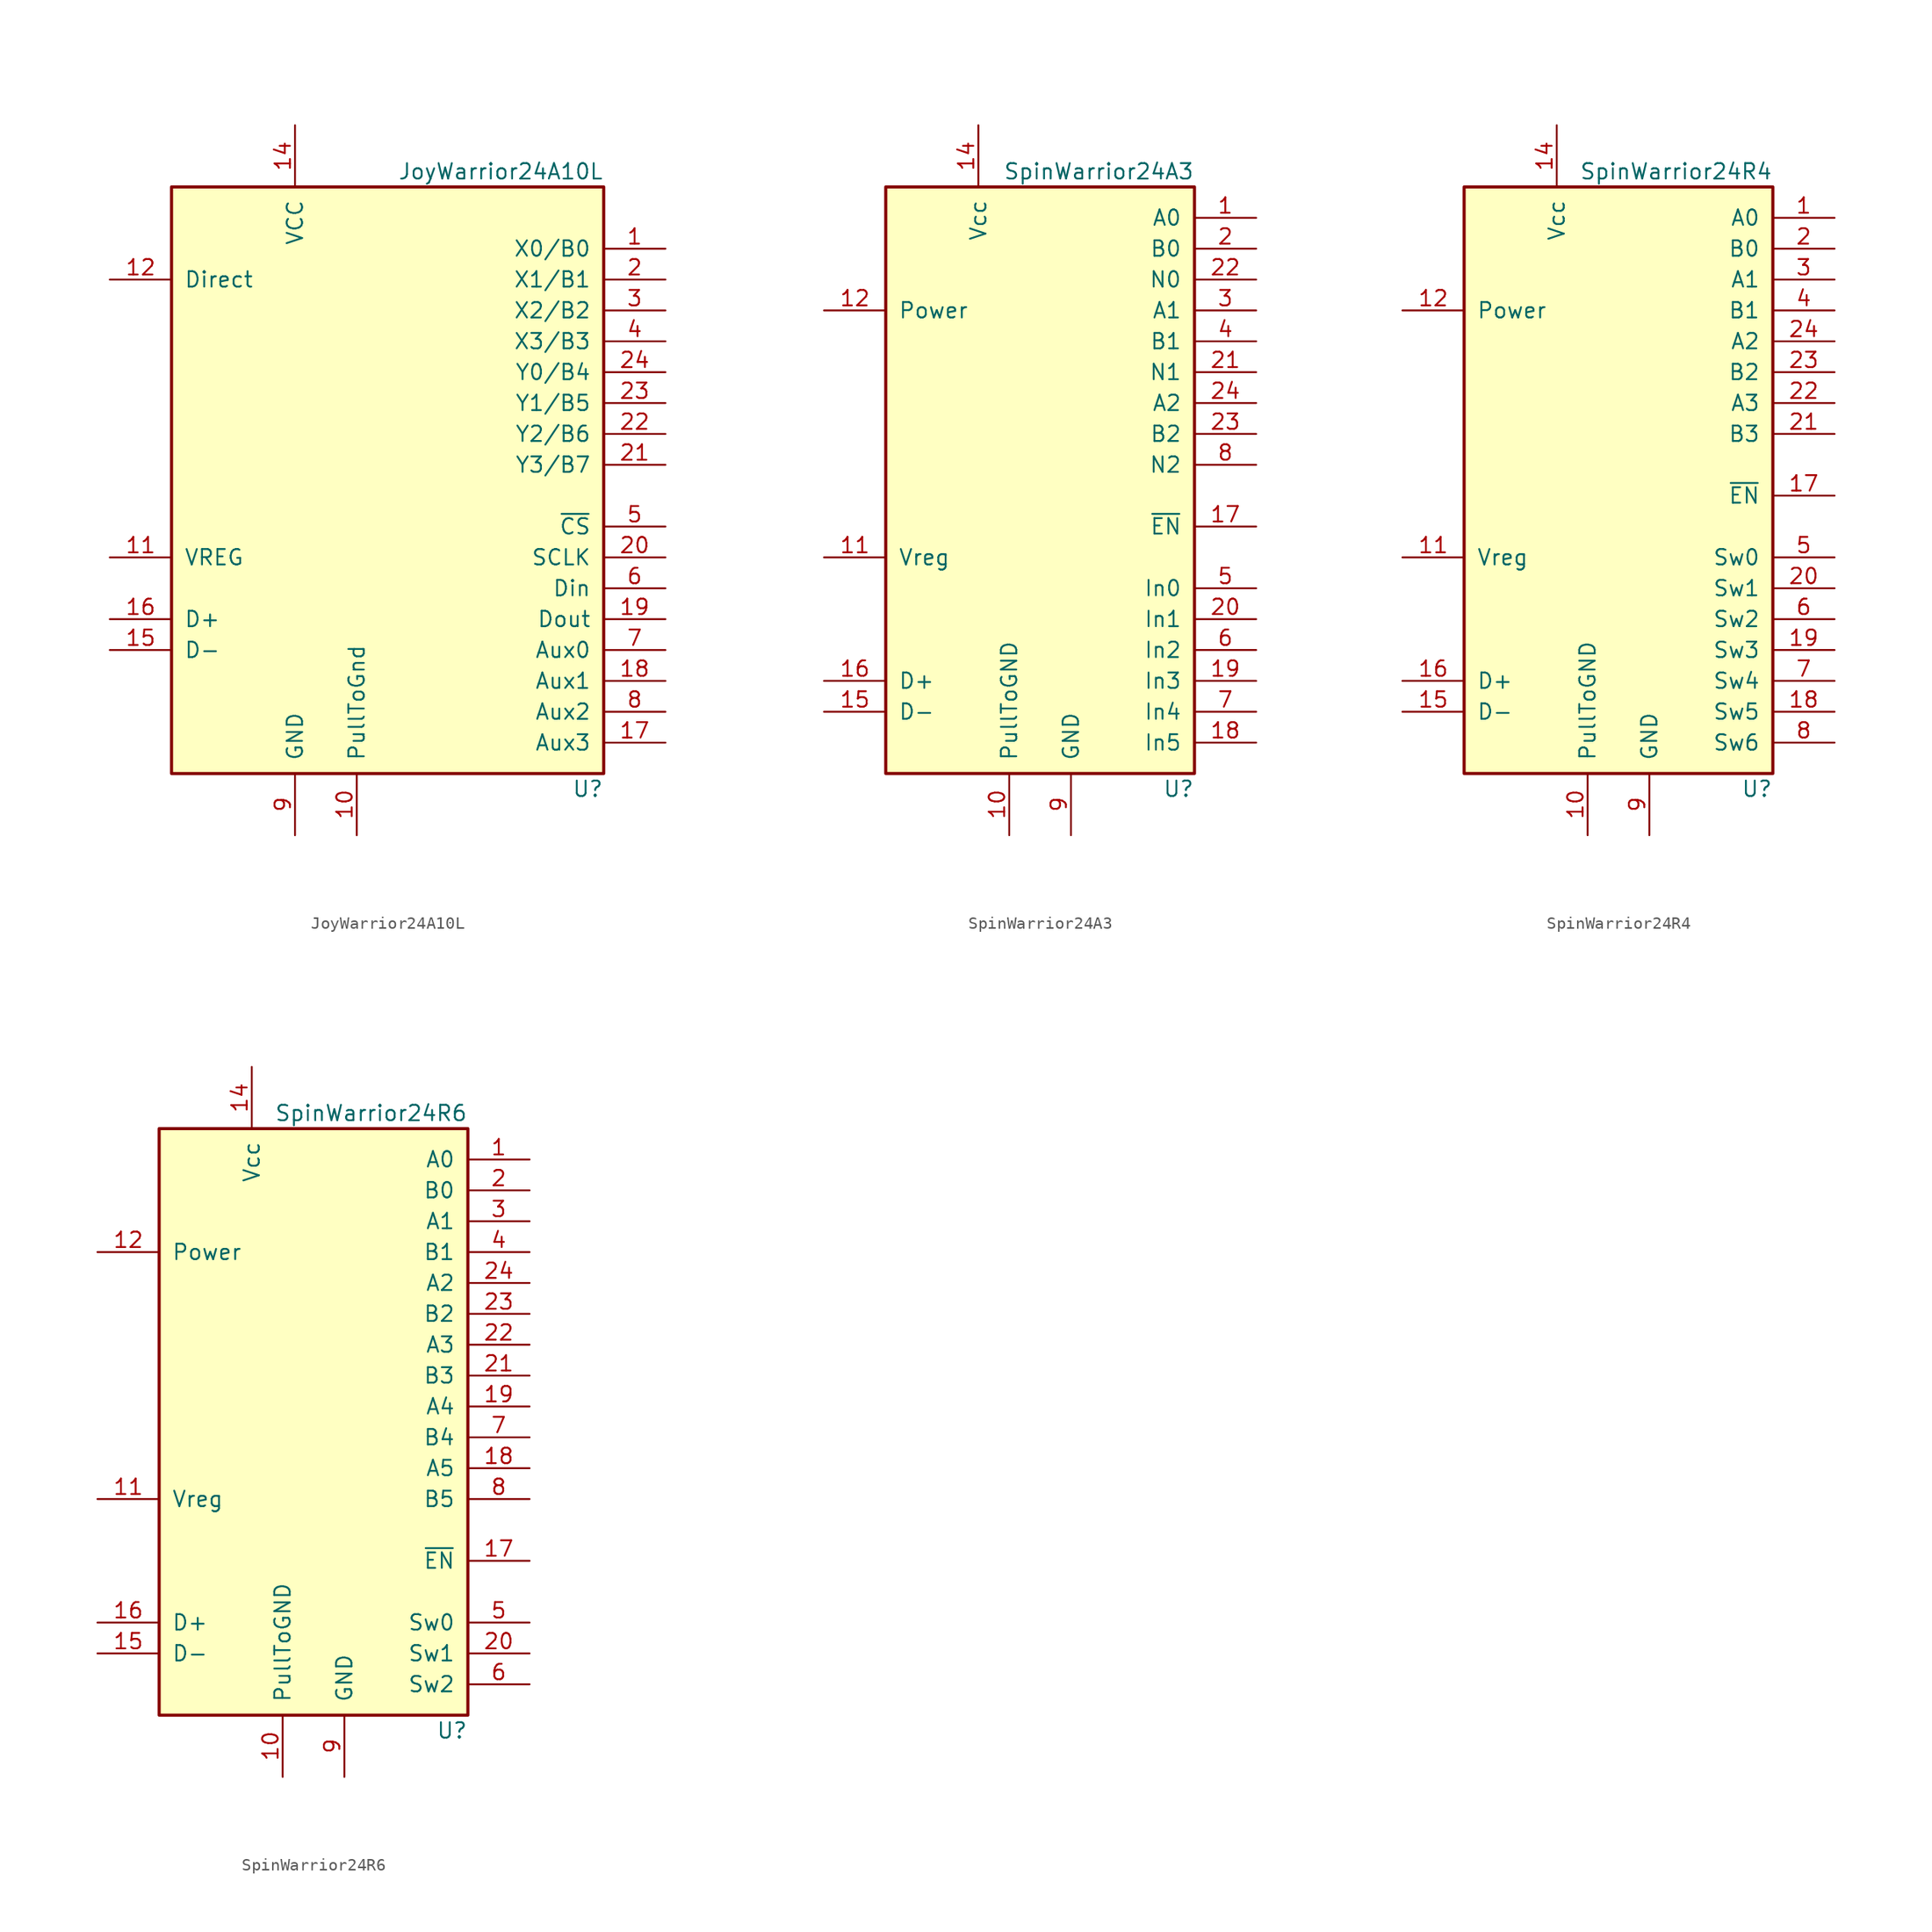
<source format=kicad_sym>
(kicad_symbol_lib
  (version 20211014)
  (generator kicad_symbol_editor)
  (symbol "JoyWarrior24A10L"
    (pin_names
      (offset 1.016))
    (property "Reference" "U"
      (at 17.78 -24.13 0)
      (effects (font (size 1.27 1.27)) (justify right)))
    (property "Value" "JoyWarrior24A10L"
      (at 17.78 26.67 0)
      (effects (font (size 1.27 1.27)) (justify right)))
    (symbol "JoyWarrior24A10L_0_1"
      (rectangle (start -17.78 25.4) (end 17.78 -22.86) (stroke (width 0.254) (type default) (color 0 0 0 0)) (fill (type background))))
    (symbol "JoyWarrior24A10L_1_1"
      (pin input line (at 22.86 20.32 180) (length 5.08) (name "X0/B0" (effects (font (size 1.27 1.27)))) (number "1" (effects (font (size 1.27 1.27)))))
      (pin input line (at -2.54 -27.94 90) (length 5.08) (name "PullToGnd" (effects (font (size 1.27 1.27)))) (number "10" (effects (font (size 1.27 1.27)))))
      (pin power_out line (at -22.86 -5.08 0) (length 5.08) (name "VREG" (effects (font (size 1.27 1.27)))) (number "11" (effects (font (size 1.27 1.27)))))
      (pin input line (at -22.86 17.78 0) (length 5.08) (name "Direct" (effects (font (size 1.27 1.27)))) (number "12" (effects (font (size 1.27 1.27)))))
      (pin no_connect line (at -22.86 22.86 0) (length 5.08) hide (name "NC" (effects (font (size 1.27 1.27)))) (number "13" (effects (font (size 1.27 1.27)))))
      (pin power_in line (at -7.62 30.48 270) (length 5.08) (name "VCC" (effects (font (size 1.27 1.27)))) (number "14" (effects (font (size 1.27 1.27)))))
      (pin bidirectional line (at -22.86 -12.7 0) (length 5.08) (name "D-" (effects (font (size 1.27 1.27)))) (number "15" (effects (font (size 1.27 1.27)))))
      (pin bidirectional line (at -22.86 -10.16 0) (length 5.08) (name "D+" (effects (font (size 1.27 1.27)))) (number "16" (effects (font (size 1.27 1.27)))))
      (pin output line (at 22.86 -20.32 180) (length 5.08) (name "Aux3" (effects (font (size 1.27 1.27)))) (number "17" (effects (font (size 1.27 1.27)))))
      (pin output line (at 22.86 -15.24 180) (length 5.08) (name "Aux1" (effects (font (size 1.27 1.27)))) (number "18" (effects (font (size 1.27 1.27)))))
      (pin output line (at 22.86 -10.16 180) (length 5.08) (name "Dout" (effects (font (size 1.27 1.27)))) (number "19" (effects (font (size 1.27 1.27)))))
      (pin input line (at 22.86 17.78 180) (length 5.08) (name "X1/B1" (effects (font (size 1.27 1.27)))) (number "2" (effects (font (size 1.27 1.27)))))
      (pin output line (at 22.86 -5.08 180) (length 5.08) (name "SCLK" (effects (font (size 1.27 1.27)))) (number "20" (effects (font (size 1.27 1.27)))))
      (pin input line (at 22.86 2.54 180) (length 5.08) (name "Y3/B7" (effects (font (size 1.27 1.27)))) (number "21" (effects (font (size 1.27 1.27)))))
      (pin input line (at 22.86 5.08 180) (length 5.08) (name "Y2/B6" (effects (font (size 1.27 1.27)))) (number "22" (effects (font (size 1.27 1.27)))))
      (pin input line (at 22.86 7.62 180) (length 5.08) (name "Y1/B5" (effects (font (size 1.27 1.27)))) (number "23" (effects (font (size 1.27 1.27)))))
      (pin input line (at 22.86 10.16 180) (length 5.08) (name "Y0/B4" (effects (font (size 1.27 1.27)))) (number "24" (effects (font (size 1.27 1.27)))))
      (pin input line (at 22.86 15.24 180) (length 5.08) (name "X2/B2" (effects (font (size 1.27 1.27)))) (number "3" (effects (font (size 1.27 1.27)))))
      (pin input line (at 22.86 12.7 180) (length 5.08) (name "X3/B3" (effects (font (size 1.27 1.27)))) (number "4" (effects (font (size 1.27 1.27)))))
      (pin output line (at 22.86 -2.54 180) (length 5.08) (name "~{CS}" (effects (font (size 1.27 1.27)))) (number "5" (effects (font (size 1.27 1.27)))))
      (pin input line (at 22.86 -7.62 180) (length 5.08) (name "Din" (effects (font (size 1.27 1.27)))) (number "6" (effects (font (size 1.27 1.27)))))
      (pin output line (at 22.86 -12.7 180) (length 5.08) (name "Aux0" (effects (font (size 1.27 1.27)))) (number "7" (effects (font (size 1.27 1.27)))))
      (pin output line (at 22.86 -17.78 180) (length 5.08) (name "Aux2" (effects (font (size 1.27 1.27)))) (number "8" (effects (font (size 1.27 1.27)))))
      (pin power_in line (at -7.62 -27.94 90) (length 5.08) (name "GND" (effects (font (size 1.27 1.27)))) (number "9" (effects (font (size 1.27 1.27)))))))
  (symbol "SpinWarrior24A3"
    (pin_names
      (offset 1.016))
    (property "Reference" "U"
      (at 12.7 -24.13 0)
      (effects (font (size 1.27 1.27)) (justify right)))
    (property "Value" "SpinWarrior24A3"
      (at 12.7 26.67 0)
      (effects (font (size 1.27 1.27)) (justify right)))
    (symbol "SpinWarrior24A3_1_1"
      (rectangle (start -12.7 25.4) (end 12.7 -22.86) (stroke (width 0.254) (type default) (color 0 0 0 0)) (fill (type background)))
      (pin input line (at 17.78 22.86 180) (length 5.08) (name "A0" (effects (font (size 1.27 1.27)))) (number "1" (effects (font (size 1.27 1.27)))))
      (pin input line (at -2.54 -27.94 90) (length 5.08) (name "PullToGND" (effects (font (size 1.27 1.27)))) (number "10" (effects (font (size 1.27 1.27)))))
      (pin power_out line (at -17.78 -5.08 0) (length 5.08) (name "Vreg" (effects (font (size 1.27 1.27)))) (number "11" (effects (font (size 1.27 1.27)))))
      (pin input line (at -17.78 15.24 0) (length 5.08) (name "Power" (effects (font (size 1.27 1.27)))) (number "12" (effects (font (size 1.27 1.27)))))
      (pin no_connect line (at -17.78 22.86 0) (length 5.08) hide (name "NC" (effects (font (size 1.27 1.27)))) (number "13" (effects (font (size 1.27 1.27)))))
      (pin power_in line (at -5.08 30.48 270) (length 5.08) (name "Vcc" (effects (font (size 1.27 1.27)))) (number "14" (effects (font (size 1.27 1.27)))))
      (pin bidirectional line (at -17.78 -17.78 0) (length 5.08) (name "D-" (effects (font (size 1.27 1.27)))) (number "15" (effects (font (size 1.27 1.27)))))
      (pin bidirectional line (at -17.78 -15.24 0) (length 5.08) (name "D+" (effects (font (size 1.27 1.27)))) (number "16" (effects (font (size 1.27 1.27)))))
      (pin open_collector line (at 17.78 -2.54 180) (length 5.08) (name "~{EN}" (effects (font (size 1.27 1.27)))) (number "17" (effects (font (size 1.27 1.27)))))
      (pin input line (at 17.78 -20.32 180) (length 5.08) (name "In5" (effects (font (size 1.27 1.27)))) (number "18" (effects (font (size 1.27 1.27)))))
      (pin input line (at 17.78 -15.24 180) (length 5.08) (name "In3" (effects (font (size 1.27 1.27)))) (number "19" (effects (font (size 1.27 1.27)))))
      (pin input line (at 17.78 20.32 180) (length 5.08) (name "B0" (effects (font (size 1.27 1.27)))) (number "2" (effects (font (size 1.27 1.27)))))
      (pin input line (at 17.78 -10.16 180) (length 5.08) (name "In1" (effects (font (size 1.27 1.27)))) (number "20" (effects (font (size 1.27 1.27)))))
      (pin input line (at 17.78 10.16 180) (length 5.08) (name "N1" (effects (font (size 1.27 1.27)))) (number "21" (effects (font (size 1.27 1.27)))))
      (pin input line (at 17.78 17.78 180) (length 5.08) (name "N0" (effects (font (size 1.27 1.27)))) (number "22" (effects (font (size 1.27 1.27)))))
      (pin input line (at 17.78 5.08 180) (length 5.08) (name "B2" (effects (font (size 1.27 1.27)))) (number "23" (effects (font (size 1.27 1.27)))))
      (pin input line (at 17.78 7.62 180) (length 5.08) (name "A2" (effects (font (size 1.27 1.27)))) (number "24" (effects (font (size 1.27 1.27)))))
      (pin input line (at 17.78 15.24 180) (length 5.08) (name "A1" (effects (font (size 1.27 1.27)))) (number "3" (effects (font (size 1.27 1.27)))))
      (pin input line (at 17.78 12.7 180) (length 5.08) (name "B1" (effects (font (size 1.27 1.27)))) (number "4" (effects (font (size 1.27 1.27)))))
      (pin input line (at 17.78 -7.62 180) (length 5.08) (name "In0" (effects (font (size 1.27 1.27)))) (number "5" (effects (font (size 1.27 1.27)))))
      (pin input line (at 17.78 -12.7 180) (length 5.08) (name "In2" (effects (font (size 1.27 1.27)))) (number "6" (effects (font (size 1.27 1.27)))))
      (pin input line (at 17.78 -17.78 180) (length 5.08) (name "In4" (effects (font (size 1.27 1.27)))) (number "7" (effects (font (size 1.27 1.27)))))
      (pin input line (at 17.78 2.54 180) (length 5.08) (name "N2" (effects (font (size 1.27 1.27)))) (number "8" (effects (font (size 1.27 1.27)))))
      (pin power_in line (at 2.54 -27.94 90) (length 5.08) (name "GND" (effects (font (size 1.27 1.27)))) (number "9" (effects (font (size 1.27 1.27)))))))
  (symbol "SpinWarrior24R4"
    (pin_names
      (offset 1.016))
    (property "Reference" "U"
      (at 12.7 -24.13 0)
      (effects (font (size 1.27 1.27)) (justify right)))
    (property "Value" "SpinWarrior24R4"
      (at 12.7 26.67 0)
      (effects (font (size 1.27 1.27)) (justify right)))
    (symbol "SpinWarrior24R4_1_1"
      (rectangle (start -12.7 25.4) (end 12.7 -22.86) (stroke (width 0.254) (type default) (color 0 0 0 0)) (fill (type background)))
      (pin input line (at 17.78 22.86 180) (length 5.08) (name "A0" (effects (font (size 1.27 1.27)))) (number "1" (effects (font (size 1.27 1.27)))))
      (pin input line (at -2.54 -27.94 90) (length 5.08) (name "PullToGND" (effects (font (size 1.27 1.27)))) (number "10" (effects (font (size 1.27 1.27)))))
      (pin power_out line (at -17.78 -5.08 0) (length 5.08) (name "Vreg" (effects (font (size 1.27 1.27)))) (number "11" (effects (font (size 1.27 1.27)))))
      (pin input line (at -17.78 15.24 0) (length 5.08) (name "Power" (effects (font (size 1.27 1.27)))) (number "12" (effects (font (size 1.27 1.27)))))
      (pin no_connect line (at -17.78 22.86 0) (length 5.08) hide (name "NC" (effects (font (size 1.27 1.27)))) (number "13" (effects (font (size 1.27 1.27)))))
      (pin power_in line (at -5.08 30.48 270) (length 5.08) (name "Vcc" (effects (font (size 1.27 1.27)))) (number "14" (effects (font (size 1.27 1.27)))))
      (pin bidirectional line (at -17.78 -17.78 0) (length 5.08) (name "D-" (effects (font (size 1.27 1.27)))) (number "15" (effects (font (size 1.27 1.27)))))
      (pin bidirectional line (at -17.78 -15.24 0) (length 5.08) (name "D+" (effects (font (size 1.27 1.27)))) (number "16" (effects (font (size 1.27 1.27)))))
      (pin open_collector line (at 17.78 0 180) (length 5.08) (name "~{EN}" (effects (font (size 1.27 1.27)))) (number "17" (effects (font (size 1.27 1.27)))))
      (pin input line (at 17.78 -17.78 180) (length 5.08) (name "Sw5" (effects (font (size 1.27 1.27)))) (number "18" (effects (font (size 1.27 1.27)))))
      (pin input line (at 17.78 -12.7 180) (length 5.08) (name "Sw3" (effects (font (size 1.27 1.27)))) (number "19" (effects (font (size 1.27 1.27)))))
      (pin input line (at 17.78 20.32 180) (length 5.08) (name "B0" (effects (font (size 1.27 1.27)))) (number "2" (effects (font (size 1.27 1.27)))))
      (pin input line (at 17.78 -7.62 180) (length 5.08) (name "Sw1" (effects (font (size 1.27 1.27)))) (number "20" (effects (font (size 1.27 1.27)))))
      (pin input line (at 17.78 5.08 180) (length 5.08) (name "B3" (effects (font (size 1.27 1.27)))) (number "21" (effects (font (size 1.27 1.27)))))
      (pin input line (at 17.78 7.62 180) (length 5.08) (name "A3" (effects (font (size 1.27 1.27)))) (number "22" (effects (font (size 1.27 1.27)))))
      (pin input line (at 17.78 10.16 180) (length 5.08) (name "B2" (effects (font (size 1.27 1.27)))) (number "23" (effects (font (size 1.27 1.27)))))
      (pin input line (at 17.78 12.7 180) (length 5.08) (name "A2" (effects (font (size 1.27 1.27)))) (number "24" (effects (font (size 1.27 1.27)))))
      (pin input line (at 17.78 17.78 180) (length 5.08) (name "A1" (effects (font (size 1.27 1.27)))) (number "3" (effects (font (size 1.27 1.27)))))
      (pin input line (at 17.78 15.24 180) (length 5.08) (name "B1" (effects (font (size 1.27 1.27)))) (number "4" (effects (font (size 1.27 1.27)))))
      (pin input line (at 17.78 -5.08 180) (length 5.08) (name "Sw0" (effects (font (size 1.27 1.27)))) (number "5" (effects (font (size 1.27 1.27)))))
      (pin input line (at 17.78 -10.16 180) (length 5.08) (name "Sw2" (effects (font (size 1.27 1.27)))) (number "6" (effects (font (size 1.27 1.27)))))
      (pin input line (at 17.78 -15.24 180) (length 5.08) (name "Sw4" (effects (font (size 1.27 1.27)))) (number "7" (effects (font (size 1.27 1.27)))))
      (pin input line (at 17.78 -20.32 180) (length 5.08) (name "Sw6" (effects (font (size 1.27 1.27)))) (number "8" (effects (font (size 1.27 1.27)))))
      (pin power_in line (at 2.54 -27.94 90) (length 5.08) (name "GND" (effects (font (size 1.27 1.27)))) (number "9" (effects (font (size 1.27 1.27)))))))
  (symbol "SpinWarrior24R6"
    (pin_names
      (offset 1.016))
    (property "Reference" "U"
      (at 12.7 -24.13 0)
      (effects (font (size 1.27 1.27)) (justify right)))
    (property "Value" "SpinWarrior24R6"
      (at 12.7 26.67 0)
      (effects (font (size 1.27 1.27)) (justify right)))
    (symbol "SpinWarrior24R6_1_1"
      (rectangle (start -12.7 25.4) (end 12.7 -22.86) (stroke (width 0.254) (type default) (color 0 0 0 0)) (fill (type background)))
      (pin input line (at 17.78 22.86 180) (length 5.08) (name "A0" (effects (font (size 1.27 1.27)))) (number "1" (effects (font (size 1.27 1.27)))))
      (pin input line (at -2.54 -27.94 90) (length 5.08) (name "PullToGND" (effects (font (size 1.27 1.27)))) (number "10" (effects (font (size 1.27 1.27)))))
      (pin power_out line (at -17.78 -5.08 0) (length 5.08) (name "Vreg" (effects (font (size 1.27 1.27)))) (number "11" (effects (font (size 1.27 1.27)))))
      (pin input line (at -17.78 15.24 0) (length 5.08) (name "Power" (effects (font (size 1.27 1.27)))) (number "12" (effects (font (size 1.27 1.27)))))
      (pin no_connect line (at -17.78 22.86 0) (length 5.08) hide (name "NC" (effects (font (size 1.27 1.27)))) (number "13" (effects (font (size 1.27 1.27)))))
      (pin power_in line (at -5.08 30.48 270) (length 5.08) (name "Vcc" (effects (font (size 1.27 1.27)))) (number "14" (effects (font (size 1.27 1.27)))))
      (pin bidirectional line (at -17.78 -17.78 0) (length 5.08) (name "D-" (effects (font (size 1.27 1.27)))) (number "15" (effects (font (size 1.27 1.27)))))
      (pin bidirectional line (at -17.78 -15.24 0) (length 5.08) (name "D+" (effects (font (size 1.27 1.27)))) (number "16" (effects (font (size 1.27 1.27)))))
      (pin open_collector line (at 17.78 -10.16 180) (length 5.08) (name "~{EN}" (effects (font (size 1.27 1.27)))) (number "17" (effects (font (size 1.27 1.27)))))
      (pin input line (at 17.78 -2.54 180) (length 5.08) (name "A5" (effects (font (size 1.27 1.27)))) (number "18" (effects (font (size 1.27 1.27)))))
      (pin input line (at 17.78 2.54 180) (length 5.08) (name "A4" (effects (font (size 1.27 1.27)))) (number "19" (effects (font (size 1.27 1.27)))))
      (pin input line (at 17.78 20.32 180) (length 5.08) (name "B0" (effects (font (size 1.27 1.27)))) (number "2" (effects (font (size 1.27 1.27)))))
      (pin input line (at 17.78 -17.78 180) (length 5.08) (name "Sw1" (effects (font (size 1.27 1.27)))) (number "20" (effects (font (size 1.27 1.27)))))
      (pin input line (at 17.78 5.08 180) (length 5.08) (name "B3" (effects (font (size 1.27 1.27)))) (number "21" (effects (font (size 1.27 1.27)))))
      (pin input line (at 17.78 7.62 180) (length 5.08) (name "A3" (effects (font (size 1.27 1.27)))) (number "22" (effects (font (size 1.27 1.27)))))
      (pin input line (at 17.78 10.16 180) (length 5.08) (name "B2" (effects (font (size 1.27 1.27)))) (number "23" (effects (font (size 1.27 1.27)))))
      (pin input line (at 17.78 12.7 180) (length 5.08) (name "A2" (effects (font (size 1.27 1.27)))) (number "24" (effects (font (size 1.27 1.27)))))
      (pin input line (at 17.78 17.78 180) (length 5.08) (name "A1" (effects (font (size 1.27 1.27)))) (number "3" (effects (font (size 1.27 1.27)))))
      (pin input line (at 17.78 15.24 180) (length 5.08) (name "B1" (effects (font (size 1.27 1.27)))) (number "4" (effects (font (size 1.27 1.27)))))
      (pin input line (at 17.78 -15.24 180) (length 5.08) (name "Sw0" (effects (font (size 1.27 1.27)))) (number "5" (effects (font (size 1.27 1.27)))))
      (pin input line (at 17.78 -20.32 180) (length 5.08) (name "Sw2" (effects (font (size 1.27 1.27)))) (number "6" (effects (font (size 1.27 1.27)))))
      (pin input line (at 17.78 0 180) (length 5.08) (name "B4" (effects (font (size 1.27 1.27)))) (number "7" (effects (font (size 1.27 1.27)))))
      (pin input line (at 17.78 -5.08 180) (length 5.08) (name "B5" (effects (font (size 1.27 1.27)))) (number "8" (effects (font (size 1.27 1.27)))))
      (pin power_in line (at 2.54 -27.94 90) (length 5.08) (name "GND" (effects (font (size 1.27 1.27)))) (number "9" (effects (font (size 1.27 1.27))))))))
</source>
